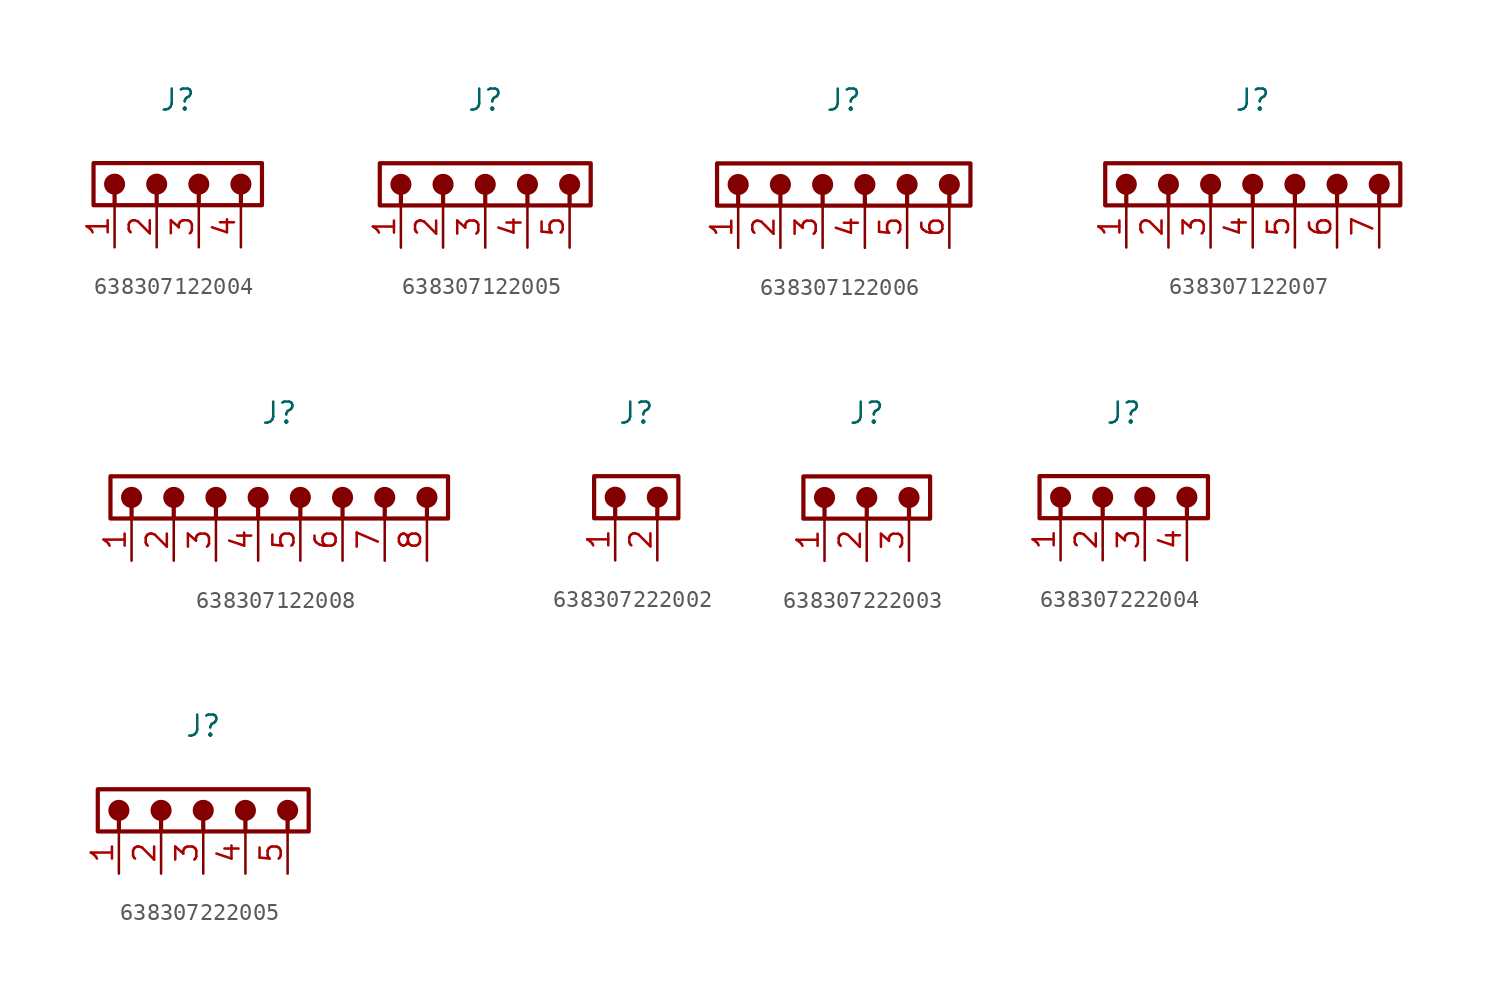
<source format=kicad_sym>
(kicad_symbol_lib
  (version 20241209)
  (generator "kicad_symbol_editor")
  (generator_version "9.0")
  (symbol "638307122004"
    (pin_names
      (hide yes))
    (property "Reference" "J"
      (at 0 5.08 0)
      (effects (font (size 1.27 1.27))))
    (symbol "638307122004_1_1"
      (rectangle (start -5.08 1.27) (end 5.08 -1.27) (stroke (width 0.254) (type solid)) (fill (type none)))
      (circle (center -3.81 0) (radius 0.508) (stroke (width 0.254) (type solid)) (fill (type outline)))
      (polyline (pts (xy -3.81 -0.508) (xy -3.81 -1.27)) (stroke (width 0.254) (type solid)) (fill (type none)))
      (circle (center -1.27 0) (radius 0.508) (stroke (width 0.254) (type solid)) (fill (type outline)))
      (polyline (pts (xy -1.27 -0.508) (xy -1.27 -1.27)) (stroke (width 0.254) (type solid)) (fill (type none)))
      (circle (center 1.27 0) (radius 0.508) (stroke (width 0.254) (type solid)) (fill (type outline)))
      (polyline (pts (xy 1.27 -0.508) (xy 1.27 -1.27)) (stroke (width 0.254) (type solid)) (fill (type none)))
      (circle (center 3.81 0) (radius 0.508) (stroke (width 0.254) (type solid)) (fill (type outline)))
      (polyline (pts (xy 3.81 -0.508) (xy 3.81 -1.27)) (stroke (width 0.254) (type solid)) (fill (type none)))
      (pin passive line (at -3.81 -3.81 90) (length 2.54) (name "1" (effects (font (size 1.27 1.27)))) (number "1" (effects (font (size 1.27 1.27)))))
      (pin passive line (at -1.27 -3.81 90) (length 2.54) (name "2" (effects (font (size 1.27 1.27)))) (number "2" (effects (font (size 1.27 1.27)))))
      (pin passive line (at 1.27 -3.81 90) (length 2.54) (name "3" (effects (font (size 1.27 1.27)))) (number "3" (effects (font (size 1.27 1.27)))))
      (pin passive line (at 3.81 -3.81 90) (length 2.54) (name "4" (effects (font (size 1.27 1.27)))) (number "4" (effects (font (size 1.27 1.27)))))))
  (symbol "638307122005"
    (pin_names
      (hide yes))
    (property "Reference" "J"
      (at 0 5.08 0)
      (effects (font (size 1.27 1.27))))
    (symbol "638307122005_1_1"
      (rectangle (start -6.35 1.27) (end 6.35 -1.27) (stroke (width 0.254) (type solid)) (fill (type none)))
      (circle (center -5.08 0) (radius 0.508) (stroke (width 0.254) (type solid)) (fill (type outline)))
      (polyline (pts (xy -5.08 -0.508) (xy -5.08 -1.27)) (stroke (width 0.254) (type solid)) (fill (type none)))
      (circle (center -2.54 0) (radius 0.508) (stroke (width 0.254) (type solid)) (fill (type outline)))
      (polyline (pts (xy -2.54 -0.508) (xy -2.54 -1.27)) (stroke (width 0.254) (type solid)) (fill (type none)))
      (circle (center 0 0) (radius 0.508) (stroke (width 0.254) (type solid)) (fill (type outline)))
      (polyline (pts (xy 0 -0.508) (xy 0 -1.27)) (stroke (width 0.254) (type solid)) (fill (type none)))
      (circle (center 2.54 0) (radius 0.508) (stroke (width 0.254) (type solid)) (fill (type outline)))
      (polyline (pts (xy 2.54 -0.508) (xy 2.54 -1.27)) (stroke (width 0.254) (type solid)) (fill (type none)))
      (circle (center 5.08 0) (radius 0.508) (stroke (width 0.254) (type solid)) (fill (type outline)))
      (polyline (pts (xy 5.08 -0.508) (xy 5.08 -1.27)) (stroke (width 0.254) (type solid)) (fill (type none)))
      (pin passive line (at -5.08 -3.81 90) (length 2.54) (name "1" (effects (font (size 1.27 1.27)))) (number "1" (effects (font (size 1.27 1.27)))))
      (pin passive line (at -2.54 -3.81 90) (length 2.54) (name "2" (effects (font (size 1.27 1.27)))) (number "2" (effects (font (size 1.27 1.27)))))
      (pin passive line (at 0 -3.81 90) (length 2.54) (name "3" (effects (font (size 1.27 1.27)))) (number "3" (effects (font (size 1.27 1.27)))))
      (pin passive line (at 2.54 -3.81 90) (length 2.54) (name "4" (effects (font (size 1.27 1.27)))) (number "4" (effects (font (size 1.27 1.27)))))
      (pin passive line (at 5.08 -3.81 90) (length 2.54) (name "5" (effects (font (size 1.27 1.27)))) (number "5" (effects (font (size 1.27 1.27)))))))
  (symbol "638307122006"
    (pin_names
      (hide yes))
    (property "Reference" "J"
      (at 0 5.08 0)
      (effects (font (size 1.27 1.27))))
    (symbol "638307122006_1_1"
      (rectangle (start -7.62 1.27) (end 7.62 -1.27) (stroke (width 0.254) (type solid)) (fill (type none)))
      (circle (center -6.35 0) (radius 0.508) (stroke (width 0.254) (type solid)) (fill (type outline)))
      (polyline (pts (xy -6.35 -0.508) (xy -6.35 -1.27)) (stroke (width 0.254) (type solid)) (fill (type none)))
      (circle (center -3.81 0) (radius 0.508) (stroke (width 0.254) (type solid)) (fill (type outline)))
      (polyline (pts (xy -3.81 -0.508) (xy -3.81 -1.27)) (stroke (width 0.254) (type solid)) (fill (type none)))
      (circle (center -1.27 0) (radius 0.508) (stroke (width 0.254) (type solid)) (fill (type outline)))
      (polyline (pts (xy -1.27 -0.508) (xy -1.27 -1.27)) (stroke (width 0.254) (type solid)) (fill (type none)))
      (circle (center 1.27 0) (radius 0.508) (stroke (width 0.254) (type solid)) (fill (type outline)))
      (polyline (pts (xy 1.27 -0.508) (xy 1.27 -1.27)) (stroke (width 0.254) (type solid)) (fill (type none)))
      (circle (center 3.81 0) (radius 0.508) (stroke (width 0.254) (type solid)) (fill (type outline)))
      (polyline (pts (xy 3.81 -0.508) (xy 3.81 -1.27)) (stroke (width 0.254) (type solid)) (fill (type none)))
      (circle (center 6.35 0) (radius 0.508) (stroke (width 0.254) (type solid)) (fill (type outline)))
      (polyline (pts (xy 6.35 -0.508) (xy 6.35 -1.27)) (stroke (width 0.254) (type solid)) (fill (type none)))
      (pin passive line (at -6.35 -3.81 90) (length 2.54) (name "1" (effects (font (size 1.27 1.27)))) (number "1" (effects (font (size 1.27 1.27)))))
      (pin passive line (at -3.81 -3.81 90) (length 2.54) (name "2" (effects (font (size 1.27 1.27)))) (number "2" (effects (font (size 1.27 1.27)))))
      (pin passive line (at -1.27 -3.81 90) (length 2.54) (name "3" (effects (font (size 1.27 1.27)))) (number "3" (effects (font (size 1.27 1.27)))))
      (pin passive line (at 1.27 -3.81 90) (length 2.54) (name "4" (effects (font (size 1.27 1.27)))) (number "4" (effects (font (size 1.27 1.27)))))
      (pin passive line (at 3.81 -3.81 90) (length 2.54) (name "5" (effects (font (size 1.27 1.27)))) (number "5" (effects (font (size 1.27 1.27)))))
      (pin passive line (at 6.35 -3.81 90) (length 2.54) (name "6" (effects (font (size 1.27 1.27)))) (number "6" (effects (font (size 1.27 1.27)))))))
  (symbol "638307122007"
    (pin_names
      (hide yes))
    (property "Reference" "J"
      (at 0 5.08 0)
      (effects (font (size 1.27 1.27))))
    (symbol "638307122007_1_1"
      (rectangle (start -8.89 1.27) (end 8.89 -1.27) (stroke (width 0.254) (type solid)) (fill (type none)))
      (circle (center -7.62 0) (radius 0.508) (stroke (width 0.254) (type solid)) (fill (type outline)))
      (polyline (pts (xy -7.62 -0.508) (xy -7.62 -1.27)) (stroke (width 0.254) (type solid)) (fill (type none)))
      (circle (center -5.08 0) (radius 0.508) (stroke (width 0.254) (type solid)) (fill (type outline)))
      (polyline (pts (xy -5.08 -0.508) (xy -5.08 -1.27)) (stroke (width 0.254) (type solid)) (fill (type none)))
      (circle (center -2.54 0) (radius 0.508) (stroke (width 0.254) (type solid)) (fill (type outline)))
      (polyline (pts (xy -2.54 -0.508) (xy -2.54 -1.27)) (stroke (width 0.254) (type solid)) (fill (type none)))
      (circle (center 0 0) (radius 0.508) (stroke (width 0.254) (type solid)) (fill (type outline)))
      (polyline (pts (xy 0 -0.508) (xy 0 -1.27)) (stroke (width 0.254) (type solid)) (fill (type none)))
      (circle (center 2.54 0) (radius 0.508) (stroke (width 0.254) (type solid)) (fill (type outline)))
      (polyline (pts (xy 2.54 -0.508) (xy 2.54 -1.27)) (stroke (width 0.254) (type solid)) (fill (type none)))
      (circle (center 5.08 0) (radius 0.508) (stroke (width 0.254) (type solid)) (fill (type outline)))
      (polyline (pts (xy 5.08 -0.508) (xy 5.08 -1.27)) (stroke (width 0.254) (type solid)) (fill (type none)))
      (circle (center 7.62 0) (radius 0.508) (stroke (width 0.254) (type solid)) (fill (type outline)))
      (polyline (pts (xy 7.62 -0.508) (xy 7.62 -1.27)) (stroke (width 0.254) (type solid)) (fill (type none)))
      (pin passive line (at -7.62 -3.81 90) (length 2.54) (name "1" (effects (font (size 1.27 1.27)))) (number "1" (effects (font (size 1.27 1.27)))))
      (pin passive line (at -5.08 -3.81 90) (length 2.54) (name "2" (effects (font (size 1.27 1.27)))) (number "2" (effects (font (size 1.27 1.27)))))
      (pin passive line (at -2.54 -3.81 90) (length 2.54) (name "3" (effects (font (size 1.27 1.27)))) (number "3" (effects (font (size 1.27 1.27)))))
      (pin passive line (at 0 -3.81 90) (length 2.54) (name "4" (effects (font (size 1.27 1.27)))) (number "4" (effects (font (size 1.27 1.27)))))
      (pin passive line (at 2.54 -3.81 90) (length 2.54) (name "5" (effects (font (size 1.27 1.27)))) (number "5" (effects (font (size 1.27 1.27)))))
      (pin passive line (at 5.08 -3.81 90) (length 2.54) (name "6" (effects (font (size 1.27 1.27)))) (number "6" (effects (font (size 1.27 1.27)))))
      (pin passive line (at 7.62 -3.81 90) (length 2.54) (name "7" (effects (font (size 1.27 1.27)))) (number "7" (effects (font (size 1.27 1.27)))))))
  (symbol "638307122008"
    (pin_names
      (hide yes))
    (property "Reference" "J"
      (at 0 5.08 0)
      (effects (font (size 1.27 1.27))))
    (symbol "638307122008_1_1"
      (rectangle (start -10.16 1.27) (end 10.16 -1.27) (stroke (width 0.254) (type solid)) (fill (type none)))
      (circle (center -8.89 0) (radius 0.508) (stroke (width 0.254) (type solid)) (fill (type outline)))
      (polyline (pts (xy -8.89 -0.508) (xy -8.89 -1.27)) (stroke (width 0.254) (type solid)) (fill (type none)))
      (circle (center -6.35 0) (radius 0.508) (stroke (width 0.254) (type solid)) (fill (type outline)))
      (polyline (pts (xy -6.35 -0.508) (xy -6.35 -1.27)) (stroke (width 0.254) (type solid)) (fill (type none)))
      (circle (center -3.81 0) (radius 0.508) (stroke (width 0.254) (type solid)) (fill (type outline)))
      (polyline (pts (xy -3.81 -0.508) (xy -3.81 -1.27)) (stroke (width 0.254) (type solid)) (fill (type none)))
      (circle (center -1.27 0) (radius 0.508) (stroke (width 0.254) (type solid)) (fill (type outline)))
      (polyline (pts (xy -1.27 -0.508) (xy -1.27 -1.27)) (stroke (width 0.254) (type solid)) (fill (type none)))
      (circle (center 1.27 0) (radius 0.508) (stroke (width 0.254) (type solid)) (fill (type outline)))
      (polyline (pts (xy 1.27 -0.508) (xy 1.27 -1.27)) (stroke (width 0.254) (type solid)) (fill (type none)))
      (circle (center 3.81 0) (radius 0.508) (stroke (width 0.254) (type solid)) (fill (type outline)))
      (polyline (pts (xy 3.81 -0.508) (xy 3.81 -1.27)) (stroke (width 0.254) (type solid)) (fill (type none)))
      (circle (center 6.35 0) (radius 0.508) (stroke (width 0.254) (type solid)) (fill (type outline)))
      (polyline (pts (xy 6.35 -0.508) (xy 6.35 -1.27)) (stroke (width 0.254) (type solid)) (fill (type none)))
      (circle (center 8.89 0) (radius 0.508) (stroke (width 0.254) (type solid)) (fill (type outline)))
      (polyline (pts (xy 8.89 -0.508) (xy 8.89 -1.27)) (stroke (width 0.254) (type solid)) (fill (type none)))
      (pin passive line (at -8.89 -3.81 90) (length 2.54) (name "1" (effects (font (size 1.27 1.27)))) (number "1" (effects (font (size 1.27 1.27)))))
      (pin passive line (at -6.35 -3.81 90) (length 2.54) (name "2" (effects (font (size 1.27 1.27)))) (number "2" (effects (font (size 1.27 1.27)))))
      (pin passive line (at -3.81 -3.81 90) (length 2.54) (name "3" (effects (font (size 1.27 1.27)))) (number "3" (effects (font (size 1.27 1.27)))))
      (pin passive line (at -1.27 -3.81 90) (length 2.54) (name "4" (effects (font (size 1.27 1.27)))) (number "4" (effects (font (size 1.27 1.27)))))
      (pin passive line (at 1.27 -3.81 90) (length 2.54) (name "5" (effects (font (size 1.27 1.27)))) (number "5" (effects (font (size 1.27 1.27)))))
      (pin passive line (at 3.81 -3.81 90) (length 2.54) (name "6" (effects (font (size 1.27 1.27)))) (number "6" (effects (font (size 1.27 1.27)))))
      (pin passive line (at 6.35 -3.81 90) (length 2.54) (name "7" (effects (font (size 1.27 1.27)))) (number "7" (effects (font (size 1.27 1.27)))))
      (pin passive line (at 8.89 -3.81 90) (length 2.54) (name "8" (effects (font (size 1.27 1.27)))) (number "8" (effects (font (size 1.27 1.27)))))))
  (symbol "638307222002"
    (pin_names
      (hide yes))
    (property "Reference" "J"
      (at 0 5.08 0)
      (effects (font (size 1.27 1.27))))
    (symbol "638307222002_1_1"
      (circle (center -1.27 0) (radius 0.508) (stroke (width 0.254) (type solid)) (fill (type outline)))
      (polyline (pts (xy -1.27 -0.508) (xy -1.27 -1.27)) (stroke (width 0.254) (type solid)) (fill (type none)))
      (circle (center 1.27 0) (radius 0.508) (stroke (width 0.254) (type solid)) (fill (type outline)))
      (polyline (pts (xy 1.27 -0.508) (xy 1.27 -1.27)) (stroke (width 0.254) (type solid)) (fill (type none)))
      (rectangle (start 2.54 1.27) (end -2.54 -1.27) (stroke (width 0.254) (type solid)) (fill (type none)))
      (pin passive line (at -1.27 -3.81 90) (length 2.54) (name "1" (effects (font (size 1.27 1.27)))) (number "1" (effects (font (size 1.27 1.27)))))
      (pin passive line (at 1.27 -3.81 90) (length 2.54) (name "2" (effects (font (size 1.27 1.27)))) (number "2" (effects (font (size 1.27 1.27)))))))
  (symbol "638307222003"
    (pin_names
      (hide yes))
    (property "Reference" "J"
      (at 0 5.08 0)
      (effects (font (size 1.27 1.27))))
    (symbol "638307222003_1_1"
      (rectangle (start -3.81 1.27) (end 3.81 -1.27) (stroke (width 0.254) (type solid)) (fill (type none)))
      (circle (center -2.54 0) (radius 0.508) (stroke (width 0.254) (type solid)) (fill (type outline)))
      (polyline (pts (xy -2.54 -0.508) (xy -2.54 -1.27)) (stroke (width 0.254) (type solid)) (fill (type none)))
      (circle (center 0 0) (radius 0.508) (stroke (width 0.254) (type solid)) (fill (type outline)))
      (polyline (pts (xy 0 -0.508) (xy 0 -1.27)) (stroke (width 0.254) (type solid)) (fill (type none)))
      (circle (center 2.54 0) (radius 0.508) (stroke (width 0.254) (type solid)) (fill (type outline)))
      (polyline (pts (xy 2.54 -0.508) (xy 2.54 -1.27)) (stroke (width 0.254) (type solid)) (fill (type none)))
      (pin passive line (at -2.54 -3.81 90) (length 2.54) (name "1" (effects (font (size 1.27 1.27)))) (number "1" (effects (font (size 1.27 1.27)))))
      (pin passive line (at 0 -3.81 90) (length 2.54) (name "2" (effects (font (size 1.27 1.27)))) (number "2" (effects (font (size 1.27 1.27)))))
      (pin passive line (at 2.54 -3.81 90) (length 2.54) (name "3" (effects (font (size 1.27 1.27)))) (number "3" (effects (font (size 1.27 1.27)))))))
  (symbol "638307222004"
    (pin_names
      (hide yes))
    (property "Reference" "J"
      (at 0 5.08 0)
      (effects (font (size 1.27 1.27))))
    (symbol "638307222004_1_1"
      (rectangle (start -5.08 1.27) (end 5.08 -1.27) (stroke (width 0.254) (type solid)) (fill (type none)))
      (circle (center -3.81 0) (radius 0.508) (stroke (width 0.254) (type solid)) (fill (type outline)))
      (polyline (pts (xy -3.81 -0.508) (xy -3.81 -1.27)) (stroke (width 0.254) (type solid)) (fill (type none)))
      (circle (center -1.27 0) (radius 0.508) (stroke (width 0.254) (type solid)) (fill (type outline)))
      (polyline (pts (xy -1.27 -0.508) (xy -1.27 -1.27)) (stroke (width 0.254) (type solid)) (fill (type none)))
      (circle (center 1.27 0) (radius 0.508) (stroke (width 0.254) (type solid)) (fill (type outline)))
      (polyline (pts (xy 1.27 -0.508) (xy 1.27 -1.27)) (stroke (width 0.254) (type solid)) (fill (type none)))
      (circle (center 3.81 0) (radius 0.508) (stroke (width 0.254) (type solid)) (fill (type outline)))
      (polyline (pts (xy 3.81 -0.508) (xy 3.81 -1.27)) (stroke (width 0.254) (type solid)) (fill (type none)))
      (pin passive line (at -3.81 -3.81 90) (length 2.54) (name "1" (effects (font (size 1.27 1.27)))) (number "1" (effects (font (size 1.27 1.27)))))
      (pin passive line (at -1.27 -3.81 90) (length 2.54) (name "2" (effects (font (size 1.27 1.27)))) (number "2" (effects (font (size 1.27 1.27)))))
      (pin passive line (at 1.27 -3.81 90) (length 2.54) (name "3" (effects (font (size 1.27 1.27)))) (number "3" (effects (font (size 1.27 1.27)))))
      (pin passive line (at 3.81 -3.81 90) (length 2.54) (name "4" (effects (font (size 1.27 1.27)))) (number "4" (effects (font (size 1.27 1.27)))))))
  (symbol "638307222005"
    (pin_names
      (hide yes))
    (property "Reference" "J"
      (at 0 5.08 0)
      (effects (font (size 1.27 1.27))))
    (symbol "638307222005_1_1"
      (rectangle (start -6.35 1.27) (end 6.35 -1.27) (stroke (width 0.254) (type solid)) (fill (type none)))
      (circle (center -5.08 0) (radius 0.508) (stroke (width 0.254) (type solid)) (fill (type outline)))
      (polyline (pts (xy -5.08 -0.508) (xy -5.08 -1.27)) (stroke (width 0.254) (type solid)) (fill (type none)))
      (circle (center -2.54 0) (radius 0.508) (stroke (width 0.254) (type solid)) (fill (type outline)))
      (polyline (pts (xy -2.54 -0.508) (xy -2.54 -1.27)) (stroke (width 0.254) (type solid)) (fill (type none)))
      (circle (center 0 0) (radius 0.508) (stroke (width 0.254) (type solid)) (fill (type outline)))
      (polyline (pts (xy 0 -0.508) (xy 0 -1.27)) (stroke (width 0.254) (type solid)) (fill (type none)))
      (circle (center 2.54 0) (radius 0.508) (stroke (width 0.254) (type solid)) (fill (type outline)))
      (polyline (pts (xy 2.54 -0.508) (xy 2.54 -1.27)) (stroke (width 0.254) (type solid)) (fill (type none)))
      (circle (center 5.08 0) (radius 0.508) (stroke (width 0.254) (type solid)) (fill (type outline)))
      (polyline (pts (xy 5.08 -0.508) (xy 5.08 -1.27)) (stroke (width 0.254) (type solid)) (fill (type none)))
      (pin passive line (at -5.08 -3.81 90) (length 2.54) (name "1" (effects (font (size 1.27 1.27)))) (number "1" (effects (font (size 1.27 1.27)))))
      (pin passive line (at -2.54 -3.81 90) (length 2.54) (name "2" (effects (font (size 1.27 1.27)))) (number "2" (effects (font (size 1.27 1.27)))))
      (pin passive line (at 0 -3.81 90) (length 2.54) (name "3" (effects (font (size 1.27 1.27)))) (number "3" (effects (font (size 1.27 1.27)))))
      (pin passive line (at 2.54 -3.81 90) (length 2.54) (name "4" (effects (font (size 1.27 1.27)))) (number "4" (effects (font (size 1.27 1.27)))))
      (pin passive line (at 5.08 -3.81 90) (length 2.54) (name "5" (effects (font (size 1.27 1.27)))) (number "5" (effects (font (size 1.27 1.27))))))))
</source>
